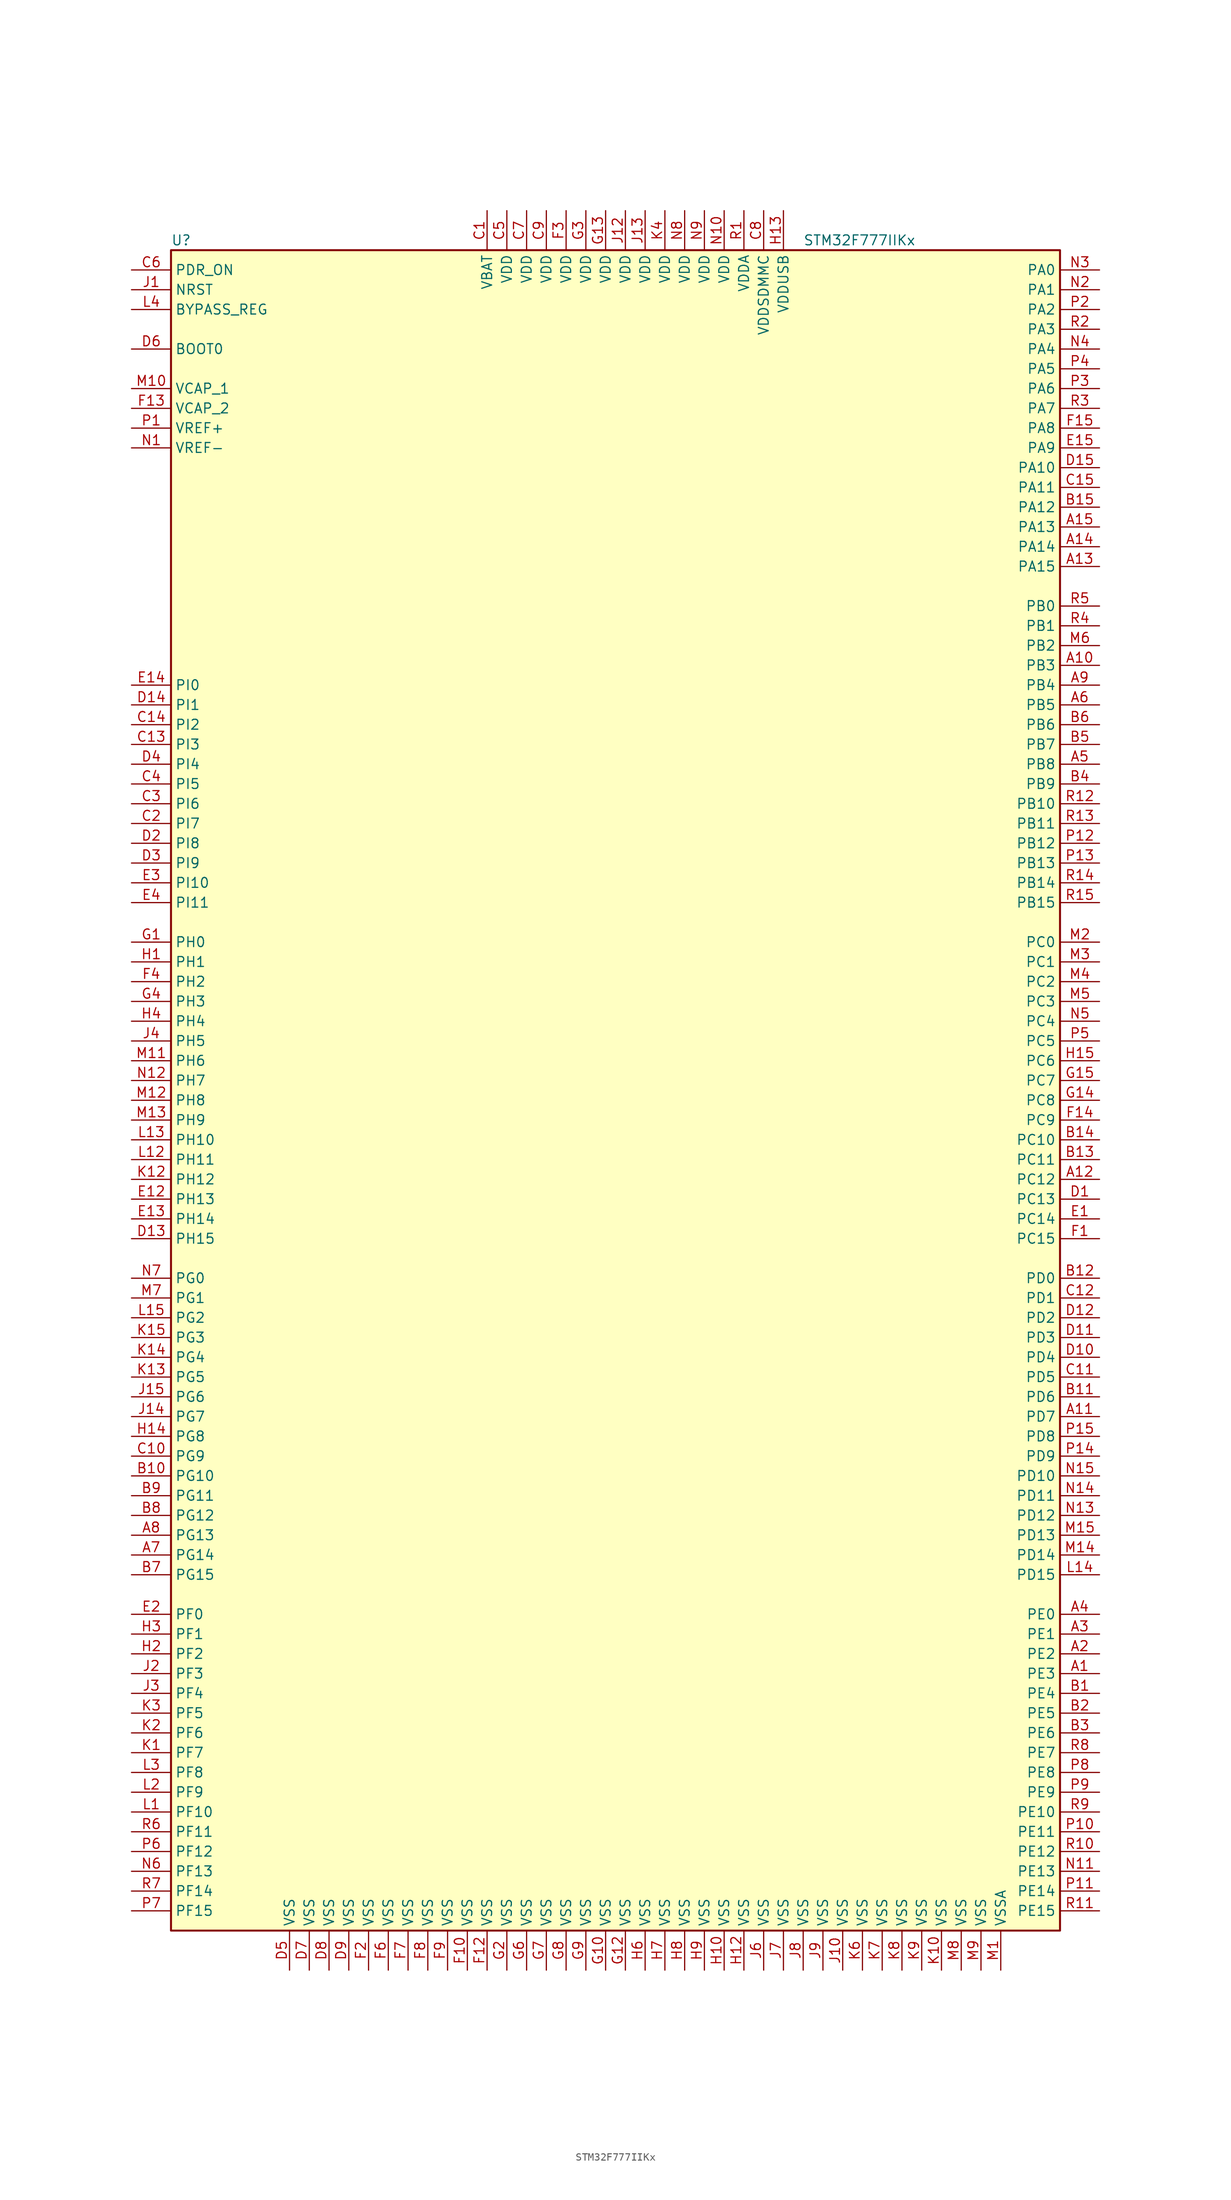
<source format=kicad_sym>
(kicad_symbol_lib
  (version 20220914)
  (generator kicad_symbol_editor)
  (symbol "STM32F777IIKx"
    (property "Reference" "U"
      (at -58.42 107.95 0)
      (effects (font (size 1.27 1.27)) (justify left)))
    (property "Value" "STM32F777IIKx"
      (at 22.86 107.95 0)
      (effects (font (size 1.27 1.27)) (justify left)))
    (symbol "STM32F777IIKx_0_1"
      (rectangle (start -58.42 -109.22) (end 55.88 106.68) (stroke (width 0.254) (type default)) (fill (type background))))
    (symbol "STM32F777IIKx_1_1"
      (pin bidirectional line (at 60.96 -76.2 180) (length 5.08) (name "PE3" (effects (font (size 1.27 1.27)))) (number "A1" (effects (font (size 1.27 1.27)))))
      (pin bidirectional line (at 60.96 53.34 180) (length 5.08) (name "PB3" (effects (font (size 1.27 1.27)))) (number "A10" (effects (font (size 1.27 1.27)))))
      (pin bidirectional line (at 60.96 -43.18 180) (length 5.08) (name "PD7" (effects (font (size 1.27 1.27)))) (number "A11" (effects (font (size 1.27 1.27)))))
      (pin bidirectional line (at 60.96 -12.7 180) (length 5.08) (name "PC12" (effects (font (size 1.27 1.27)))) (number "A12" (effects (font (size 1.27 1.27)))))
      (pin bidirectional line (at 60.96 66.04 180) (length 5.08) (name "PA15" (effects (font (size 1.27 1.27)))) (number "A13" (effects (font (size 1.27 1.27)))))
      (pin bidirectional line (at 60.96 68.58 180) (length 5.08) (name "PA14" (effects (font (size 1.27 1.27)))) (number "A14" (effects (font (size 1.27 1.27)))))
      (pin bidirectional line (at 60.96 71.12 180) (length 5.08) (name "PA13" (effects (font (size 1.27 1.27)))) (number "A15" (effects (font (size 1.27 1.27)))))
      (pin bidirectional line (at 60.96 -73.66 180) (length 5.08) (name "PE2" (effects (font (size 1.27 1.27)))) (number "A2" (effects (font (size 1.27 1.27)))))
      (pin bidirectional line (at 60.96 -71.12 180) (length 5.08) (name "PE1" (effects (font (size 1.27 1.27)))) (number "A3" (effects (font (size 1.27 1.27)))))
      (pin bidirectional line (at 60.96 -68.58 180) (length 5.08) (name "PE0" (effects (font (size 1.27 1.27)))) (number "A4" (effects (font (size 1.27 1.27)))))
      (pin bidirectional line (at 60.96 40.64 180) (length 5.08) (name "PB8" (effects (font (size 1.27 1.27)))) (number "A5" (effects (font (size 1.27 1.27)))))
      (pin bidirectional line (at 60.96 48.26 180) (length 5.08) (name "PB5" (effects (font (size 1.27 1.27)))) (number "A6" (effects (font (size 1.27 1.27)))))
      (pin bidirectional line (at -63.5 -60.96 0) (length 5.08) (name "PG14" (effects (font (size 1.27 1.27)))) (number "A7" (effects (font (size 1.27 1.27)))))
      (pin bidirectional line (at -63.5 -58.42 0) (length 5.08) (name "PG13" (effects (font (size 1.27 1.27)))) (number "A8" (effects (font (size 1.27 1.27)))))
      (pin bidirectional line (at 60.96 50.8 180) (length 5.08) (name "PB4" (effects (font (size 1.27 1.27)))) (number "A9" (effects (font (size 1.27 1.27)))))
      (pin bidirectional line (at 60.96 -78.74 180) (length 5.08) (name "PE4" (effects (font (size 1.27 1.27)))) (number "B1" (effects (font (size 1.27 1.27)))))
      (pin bidirectional line (at -63.5 -50.8 0) (length 5.08) (name "PG10" (effects (font (size 1.27 1.27)))) (number "B10" (effects (font (size 1.27 1.27)))))
      (pin bidirectional line (at 60.96 -40.64 180) (length 5.08) (name "PD6" (effects (font (size 1.27 1.27)))) (number "B11" (effects (font (size 1.27 1.27)))))
      (pin bidirectional line (at 60.96 -25.4 180) (length 5.08) (name "PD0" (effects (font (size 1.27 1.27)))) (number "B12" (effects (font (size 1.27 1.27)))))
      (pin bidirectional line (at 60.96 -10.16 180) (length 5.08) (name "PC11" (effects (font (size 1.27 1.27)))) (number "B13" (effects (font (size 1.27 1.27)))))
      (pin bidirectional line (at 60.96 -7.62 180) (length 5.08) (name "PC10" (effects (font (size 1.27 1.27)))) (number "B14" (effects (font (size 1.27 1.27)))))
      (pin bidirectional line (at 60.96 73.66 180) (length 5.08) (name "PA12" (effects (font (size 1.27 1.27)))) (number "B15" (effects (font (size 1.27 1.27)))))
      (pin bidirectional line (at 60.96 -81.28 180) (length 5.08) (name "PE5" (effects (font (size 1.27 1.27)))) (number "B2" (effects (font (size 1.27 1.27)))))
      (pin bidirectional line (at 60.96 -83.82 180) (length 5.08) (name "PE6" (effects (font (size 1.27 1.27)))) (number "B3" (effects (font (size 1.27 1.27)))))
      (pin bidirectional line (at 60.96 38.1 180) (length 5.08) (name "PB9" (effects (font (size 1.27 1.27)))) (number "B4" (effects (font (size 1.27 1.27)))))
      (pin bidirectional line (at 60.96 43.18 180) (length 5.08) (name "PB7" (effects (font (size 1.27 1.27)))) (number "B5" (effects (font (size 1.27 1.27)))))
      (pin bidirectional line (at 60.96 45.72 180) (length 5.08) (name "PB6" (effects (font (size 1.27 1.27)))) (number "B6" (effects (font (size 1.27 1.27)))))
      (pin bidirectional line (at -63.5 -63.5 0) (length 5.08) (name "PG15" (effects (font (size 1.27 1.27)))) (number "B7" (effects (font (size 1.27 1.27)))))
      (pin bidirectional line (at -63.5 -55.88 0) (length 5.08) (name "PG12" (effects (font (size 1.27 1.27)))) (number "B8" (effects (font (size 1.27 1.27)))))
      (pin bidirectional line (at -63.5 -53.34 0) (length 5.08) (name "PG11" (effects (font (size 1.27 1.27)))) (number "B9" (effects (font (size 1.27 1.27)))))
      (pin power_in line (at -17.78 111.76 270) (length 5.08) (name "VBAT" (effects (font (size 1.27 1.27)))) (number "C1" (effects (font (size 1.27 1.27)))))
      (pin bidirectional line (at -63.5 -48.26 0) (length 5.08) (name "PG9" (effects (font (size 1.27 1.27)))) (number "C10" (effects (font (size 1.27 1.27)))))
      (pin bidirectional line (at 60.96 -38.1 180) (length 5.08) (name "PD5" (effects (font (size 1.27 1.27)))) (number "C11" (effects (font (size 1.27 1.27)))))
      (pin bidirectional line (at 60.96 -27.94 180) (length 5.08) (name "PD1" (effects (font (size 1.27 1.27)))) (number "C12" (effects (font (size 1.27 1.27)))))
      (pin bidirectional line (at -63.5 43.18 0) (length 5.08) (name "PI3" (effects (font (size 1.27 1.27)))) (number "C13" (effects (font (size 1.27 1.27)))))
      (pin bidirectional line (at -63.5 45.72 0) (length 5.08) (name "PI2" (effects (font (size 1.27 1.27)))) (number "C14" (effects (font (size 1.27 1.27)))))
      (pin bidirectional line (at 60.96 76.2 180) (length 5.08) (name "PA11" (effects (font (size 1.27 1.27)))) (number "C15" (effects (font (size 1.27 1.27)))))
      (pin bidirectional line (at -63.5 33.02 0) (length 5.08) (name "PI7" (effects (font (size 1.27 1.27)))) (number "C2" (effects (font (size 1.27 1.27)))))
      (pin bidirectional line (at -63.5 35.56 0) (length 5.08) (name "PI6" (effects (font (size 1.27 1.27)))) (number "C3" (effects (font (size 1.27 1.27)))))
      (pin bidirectional line (at -63.5 38.1 0) (length 5.08) (name "PI5" (effects (font (size 1.27 1.27)))) (number "C4" (effects (font (size 1.27 1.27)))))
      (pin power_in line (at -15.24 111.76 270) (length 5.08) (name "VDD" (effects (font (size 1.27 1.27)))) (number "C5" (effects (font (size 1.27 1.27)))))
      (pin input line (at -63.5 104.14 0) (length 5.08) (name "PDR_ON" (effects (font (size 1.27 1.27)))) (number "C6" (effects (font (size 1.27 1.27)))))
      (pin power_in line (at -12.7 111.76 270) (length 5.08) (name "VDD" (effects (font (size 1.27 1.27)))) (number "C7" (effects (font (size 1.27 1.27)))))
      (pin power_in line (at 17.78 111.76 270) (length 5.08) (name "VDDSDMMC" (effects (font (size 1.27 1.27)))) (number "C8" (effects (font (size 1.27 1.27)))))
      (pin power_in line (at -10.16 111.76 270) (length 5.08) (name "VDD" (effects (font (size 1.27 1.27)))) (number "C9" (effects (font (size 1.27 1.27)))))
      (pin bidirectional line (at 60.96 -15.24 180) (length 5.08) (name "PC13" (effects (font (size 1.27 1.27)))) (number "D1" (effects (font (size 1.27 1.27)))))
      (pin bidirectional line (at 60.96 -35.56 180) (length 5.08) (name "PD4" (effects (font (size 1.27 1.27)))) (number "D10" (effects (font (size 1.27 1.27)))))
      (pin bidirectional line (at 60.96 -33.02 180) (length 5.08) (name "PD3" (effects (font (size 1.27 1.27)))) (number "D11" (effects (font (size 1.27 1.27)))))
      (pin bidirectional line (at 60.96 -30.48 180) (length 5.08) (name "PD2" (effects (font (size 1.27 1.27)))) (number "D12" (effects (font (size 1.27 1.27)))))
      (pin bidirectional line (at -63.5 -20.32 0) (length 5.08) (name "PH15" (effects (font (size 1.27 1.27)))) (number "D13" (effects (font (size 1.27 1.27)))))
      (pin bidirectional line (at -63.5 48.26 0) (length 5.08) (name "PI1" (effects (font (size 1.27 1.27)))) (number "D14" (effects (font (size 1.27 1.27)))))
      (pin bidirectional line (at 60.96 78.74 180) (length 5.08) (name "PA10" (effects (font (size 1.27 1.27)))) (number "D15" (effects (font (size 1.27 1.27)))))
      (pin bidirectional line (at -63.5 30.48 0) (length 5.08) (name "PI8" (effects (font (size 1.27 1.27)))) (number "D2" (effects (font (size 1.27 1.27)))))
      (pin bidirectional line (at -63.5 27.94 0) (length 5.08) (name "PI9" (effects (font (size 1.27 1.27)))) (number "D3" (effects (font (size 1.27 1.27)))))
      (pin bidirectional line (at -63.5 40.64 0) (length 5.08) (name "PI4" (effects (font (size 1.27 1.27)))) (number "D4" (effects (font (size 1.27 1.27)))))
      (pin power_in line (at -43.18 -114.3 90) (length 5.08) (name "VSS" (effects (font (size 1.27 1.27)))) (number "D5" (effects (font (size 1.27 1.27)))))
      (pin input line (at -63.5 93.98 0) (length 5.08) (name "BOOT0" (effects (font (size 1.27 1.27)))) (number "D6" (effects (font (size 1.27 1.27)))))
      (pin power_in line (at -40.64 -114.3 90) (length 5.08) (name "VSS" (effects (font (size 1.27 1.27)))) (number "D7" (effects (font (size 1.27 1.27)))))
      (pin power_in line (at -38.1 -114.3 90) (length 5.08) (name "VSS" (effects (font (size 1.27 1.27)))) (number "D8" (effects (font (size 1.27 1.27)))))
      (pin power_in line (at -35.56 -114.3 90) (length 5.08) (name "VSS" (effects (font (size 1.27 1.27)))) (number "D9" (effects (font (size 1.27 1.27)))))
      (pin bidirectional line (at 60.96 -17.78 180) (length 5.08) (name "PC14" (effects (font (size 1.27 1.27)))) (number "E1" (effects (font (size 1.27 1.27)))))
      (pin bidirectional line (at -63.5 -15.24 0) (length 5.08) (name "PH13" (effects (font (size 1.27 1.27)))) (number "E12" (effects (font (size 1.27 1.27)))))
      (pin bidirectional line (at -63.5 -17.78 0) (length 5.08) (name "PH14" (effects (font (size 1.27 1.27)))) (number "E13" (effects (font (size 1.27 1.27)))))
      (pin bidirectional line (at -63.5 50.8 0) (length 5.08) (name "PI0" (effects (font (size 1.27 1.27)))) (number "E14" (effects (font (size 1.27 1.27)))))
      (pin bidirectional line (at 60.96 81.28 180) (length 5.08) (name "PA9" (effects (font (size 1.27 1.27)))) (number "E15" (effects (font (size 1.27 1.27)))))
      (pin bidirectional line (at -63.5 -68.58 0) (length 5.08) (name "PF0" (effects (font (size 1.27 1.27)))) (number "E2" (effects (font (size 1.27 1.27)))))
      (pin bidirectional line (at -63.5 25.4 0) (length 5.08) (name "PI10" (effects (font (size 1.27 1.27)))) (number "E3" (effects (font (size 1.27 1.27)))))
      (pin bidirectional line (at -63.5 22.86 0) (length 5.08) (name "PI11" (effects (font (size 1.27 1.27)))) (number "E4" (effects (font (size 1.27 1.27)))))
      (pin bidirectional line (at 60.96 -20.32 180) (length 5.08) (name "PC15" (effects (font (size 1.27 1.27)))) (number "F1" (effects (font (size 1.27 1.27)))))
      (pin power_in line (at -20.32 -114.3 90) (length 5.08) (name "VSS" (effects (font (size 1.27 1.27)))) (number "F10" (effects (font (size 1.27 1.27)))))
      (pin power_in line (at -17.78 -114.3 90) (length 5.08) (name "VSS" (effects (font (size 1.27 1.27)))) (number "F12" (effects (font (size 1.27 1.27)))))
      (pin power_in line (at -63.5 86.36 0) (length 5.08) (name "VCAP_2" (effects (font (size 1.27 1.27)))) (number "F13" (effects (font (size 1.27 1.27)))))
      (pin bidirectional line (at 60.96 -5.08 180) (length 5.08) (name "PC9" (effects (font (size 1.27 1.27)))) (number "F14" (effects (font (size 1.27 1.27)))))
      (pin bidirectional line (at 60.96 83.82 180) (length 5.08) (name "PA8" (effects (font (size 1.27 1.27)))) (number "F15" (effects (font (size 1.27 1.27)))))
      (pin power_in line (at -33.02 -114.3 90) (length 5.08) (name "VSS" (effects (font (size 1.27 1.27)))) (number "F2" (effects (font (size 1.27 1.27)))))
      (pin power_in line (at -7.62 111.76 270) (length 5.08) (name "VDD" (effects (font (size 1.27 1.27)))) (number "F3" (effects (font (size 1.27 1.27)))))
      (pin bidirectional line (at -63.5 12.7 0) (length 5.08) (name "PH2" (effects (font (size 1.27 1.27)))) (number "F4" (effects (font (size 1.27 1.27)))))
      (pin power_in line (at -30.48 -114.3 90) (length 5.08) (name "VSS" (effects (font (size 1.27 1.27)))) (number "F6" (effects (font (size 1.27 1.27)))))
      (pin power_in line (at -27.94 -114.3 90) (length 5.08) (name "VSS" (effects (font (size 1.27 1.27)))) (number "F7" (effects (font (size 1.27 1.27)))))
      (pin power_in line (at -25.4 -114.3 90) (length 5.08) (name "VSS" (effects (font (size 1.27 1.27)))) (number "F8" (effects (font (size 1.27 1.27)))))
      (pin power_in line (at -22.86 -114.3 90) (length 5.08) (name "VSS" (effects (font (size 1.27 1.27)))) (number "F9" (effects (font (size 1.27 1.27)))))
      (pin input line (at -63.5 17.78 0) (length 5.08) (name "PH0" (effects (font (size 1.27 1.27)))) (number "G1" (effects (font (size 1.27 1.27)))))
      (pin power_in line (at -2.54 -114.3 90) (length 5.08) (name "VSS" (effects (font (size 1.27 1.27)))) (number "G10" (effects (font (size 1.27 1.27)))))
      (pin power_in line (at 0 -114.3 90) (length 5.08) (name "VSS" (effects (font (size 1.27 1.27)))) (number "G12" (effects (font (size 1.27 1.27)))))
      (pin power_in line (at -2.54 111.76 270) (length 5.08) (name "VDD" (effects (font (size 1.27 1.27)))) (number "G13" (effects (font (size 1.27 1.27)))))
      (pin bidirectional line (at 60.96 -2.54 180) (length 5.08) (name "PC8" (effects (font (size 1.27 1.27)))) (number "G14" (effects (font (size 1.27 1.27)))))
      (pin bidirectional line (at 60.96 0 180) (length 5.08) (name "PC7" (effects (font (size 1.27 1.27)))) (number "G15" (effects (font (size 1.27 1.27)))))
      (pin power_in line (at -15.24 -114.3 90) (length 5.08) (name "VSS" (effects (font (size 1.27 1.27)))) (number "G2" (effects (font (size 1.27 1.27)))))
      (pin power_in line (at -5.08 111.76 270) (length 5.08) (name "VDD" (effects (font (size 1.27 1.27)))) (number "G3" (effects (font (size 1.27 1.27)))))
      (pin bidirectional line (at -63.5 10.16 0) (length 5.08) (name "PH3" (effects (font (size 1.27 1.27)))) (number "G4" (effects (font (size 1.27 1.27)))))
      (pin power_in line (at -12.7 -114.3 90) (length 5.08) (name "VSS" (effects (font (size 1.27 1.27)))) (number "G6" (effects (font (size 1.27 1.27)))))
      (pin power_in line (at -10.16 -114.3 90) (length 5.08) (name "VSS" (effects (font (size 1.27 1.27)))) (number "G7" (effects (font (size 1.27 1.27)))))
      (pin power_in line (at -7.62 -114.3 90) (length 5.08) (name "VSS" (effects (font (size 1.27 1.27)))) (number "G8" (effects (font (size 1.27 1.27)))))
      (pin power_in line (at -5.08 -114.3 90) (length 5.08) (name "VSS" (effects (font (size 1.27 1.27)))) (number "G9" (effects (font (size 1.27 1.27)))))
      (pin input line (at -63.5 15.24 0) (length 5.08) (name "PH1" (effects (font (size 1.27 1.27)))) (number "H1" (effects (font (size 1.27 1.27)))))
      (pin power_in line (at 12.7 -114.3 90) (length 5.08) (name "VSS" (effects (font (size 1.27 1.27)))) (number "H10" (effects (font (size 1.27 1.27)))))
      (pin power_in line (at 15.24 -114.3 90) (length 5.08) (name "VSS" (effects (font (size 1.27 1.27)))) (number "H12" (effects (font (size 1.27 1.27)))))
      (pin power_in line (at 20.32 111.76 270) (length 5.08) (name "VDDUSB" (effects (font (size 1.27 1.27)))) (number "H13" (effects (font (size 1.27 1.27)))))
      (pin bidirectional line (at -63.5 -45.72 0) (length 5.08) (name "PG8" (effects (font (size 1.27 1.27)))) (number "H14" (effects (font (size 1.27 1.27)))))
      (pin bidirectional line (at 60.96 2.54 180) (length 5.08) (name "PC6" (effects (font (size 1.27 1.27)))) (number "H15" (effects (font (size 1.27 1.27)))))
      (pin bidirectional line (at -63.5 -73.66 0) (length 5.08) (name "PF2" (effects (font (size 1.27 1.27)))) (number "H2" (effects (font (size 1.27 1.27)))))
      (pin bidirectional line (at -63.5 -71.12 0) (length 5.08) (name "PF1" (effects (font (size 1.27 1.27)))) (number "H3" (effects (font (size 1.27 1.27)))))
      (pin bidirectional line (at -63.5 7.62 0) (length 5.08) (name "PH4" (effects (font (size 1.27 1.27)))) (number "H4" (effects (font (size 1.27 1.27)))))
      (pin power_in line (at 2.54 -114.3 90) (length 5.08) (name "VSS" (effects (font (size 1.27 1.27)))) (number "H6" (effects (font (size 1.27 1.27)))))
      (pin power_in line (at 5.08 -114.3 90) (length 5.08) (name "VSS" (effects (font (size 1.27 1.27)))) (number "H7" (effects (font (size 1.27 1.27)))))
      (pin power_in line (at 7.62 -114.3 90) (length 5.08) (name "VSS" (effects (font (size 1.27 1.27)))) (number "H8" (effects (font (size 1.27 1.27)))))
      (pin power_in line (at 10.16 -114.3 90) (length 5.08) (name "VSS" (effects (font (size 1.27 1.27)))) (number "H9" (effects (font (size 1.27 1.27)))))
      (pin input line (at -63.5 101.6 0) (length 5.08) (name "NRST" (effects (font (size 1.27 1.27)))) (number "J1" (effects (font (size 1.27 1.27)))))
      (pin power_in line (at 27.94 -114.3 90) (length 5.08) (name "VSS" (effects (font (size 1.27 1.27)))) (number "J10" (effects (font (size 1.27 1.27)))))
      (pin power_in line (at 0 111.76 270) (length 5.08) (name "VDD" (effects (font (size 1.27 1.27)))) (number "J12" (effects (font (size 1.27 1.27)))))
      (pin power_in line (at 2.54 111.76 270) (length 5.08) (name "VDD" (effects (font (size 1.27 1.27)))) (number "J13" (effects (font (size 1.27 1.27)))))
      (pin bidirectional line (at -63.5 -43.18 0) (length 5.08) (name "PG7" (effects (font (size 1.27 1.27)))) (number "J14" (effects (font (size 1.27 1.27)))))
      (pin bidirectional line (at -63.5 -40.64 0) (length 5.08) (name "PG6" (effects (font (size 1.27 1.27)))) (number "J15" (effects (font (size 1.27 1.27)))))
      (pin bidirectional line (at -63.5 -76.2 0) (length 5.08) (name "PF3" (effects (font (size 1.27 1.27)))) (number "J2" (effects (font (size 1.27 1.27)))))
      (pin bidirectional line (at -63.5 -78.74 0) (length 5.08) (name "PF4" (effects (font (size 1.27 1.27)))) (number "J3" (effects (font (size 1.27 1.27)))))
      (pin bidirectional line (at -63.5 5.08 0) (length 5.08) (name "PH5" (effects (font (size 1.27 1.27)))) (number "J4" (effects (font (size 1.27 1.27)))))
      (pin power_in line (at 17.78 -114.3 90) (length 5.08) (name "VSS" (effects (font (size 1.27 1.27)))) (number "J6" (effects (font (size 1.27 1.27)))))
      (pin power_in line (at 20.32 -114.3 90) (length 5.08) (name "VSS" (effects (font (size 1.27 1.27)))) (number "J7" (effects (font (size 1.27 1.27)))))
      (pin power_in line (at 22.86 -114.3 90) (length 5.08) (name "VSS" (effects (font (size 1.27 1.27)))) (number "J8" (effects (font (size 1.27 1.27)))))
      (pin power_in line (at 25.4 -114.3 90) (length 5.08) (name "VSS" (effects (font (size 1.27 1.27)))) (number "J9" (effects (font (size 1.27 1.27)))))
      (pin bidirectional line (at -63.5 -86.36 0) (length 5.08) (name "PF7" (effects (font (size 1.27 1.27)))) (number "K1" (effects (font (size 1.27 1.27)))))
      (pin power_in line (at 40.64 -114.3 90) (length 5.08) (name "VSS" (effects (font (size 1.27 1.27)))) (number "K10" (effects (font (size 1.27 1.27)))))
      (pin bidirectional line (at -63.5 -12.7 0) (length 5.08) (name "PH12" (effects (font (size 1.27 1.27)))) (number "K12" (effects (font (size 1.27 1.27)))))
      (pin bidirectional line (at -63.5 -38.1 0) (length 5.08) (name "PG5" (effects (font (size 1.27 1.27)))) (number "K13" (effects (font (size 1.27 1.27)))))
      (pin bidirectional line (at -63.5 -35.56 0) (length 5.08) (name "PG4" (effects (font (size 1.27 1.27)))) (number "K14" (effects (font (size 1.27 1.27)))))
      (pin bidirectional line (at -63.5 -33.02 0) (length 5.08) (name "PG3" (effects (font (size 1.27 1.27)))) (number "K15" (effects (font (size 1.27 1.27)))))
      (pin bidirectional line (at -63.5 -83.82 0) (length 5.08) (name "PF6" (effects (font (size 1.27 1.27)))) (number "K2" (effects (font (size 1.27 1.27)))))
      (pin bidirectional line (at -63.5 -81.28 0) (length 5.08) (name "PF5" (effects (font (size 1.27 1.27)))) (number "K3" (effects (font (size 1.27 1.27)))))
      (pin power_in line (at 5.08 111.76 270) (length 5.08) (name "VDD" (effects (font (size 1.27 1.27)))) (number "K4" (effects (font (size 1.27 1.27)))))
      (pin power_in line (at 30.48 -114.3 90) (length 5.08) (name "VSS" (effects (font (size 1.27 1.27)))) (number "K6" (effects (font (size 1.27 1.27)))))
      (pin power_in line (at 33.02 -114.3 90) (length 5.08) (name "VSS" (effects (font (size 1.27 1.27)))) (number "K7" (effects (font (size 1.27 1.27)))))
      (pin power_in line (at 35.56 -114.3 90) (length 5.08) (name "VSS" (effects (font (size 1.27 1.27)))) (number "K8" (effects (font (size 1.27 1.27)))))
      (pin power_in line (at 38.1 -114.3 90) (length 5.08) (name "VSS" (effects (font (size 1.27 1.27)))) (number "K9" (effects (font (size 1.27 1.27)))))
      (pin bidirectional line (at -63.5 -93.98 0) (length 5.08) (name "PF10" (effects (font (size 1.27 1.27)))) (number "L1" (effects (font (size 1.27 1.27)))))
      (pin bidirectional line (at -63.5 -10.16 0) (length 5.08) (name "PH11" (effects (font (size 1.27 1.27)))) (number "L12" (effects (font (size 1.27 1.27)))))
      (pin bidirectional line (at -63.5 -7.62 0) (length 5.08) (name "PH10" (effects (font (size 1.27 1.27)))) (number "L13" (effects (font (size 1.27 1.27)))))
      (pin bidirectional line (at 60.96 -63.5 180) (length 5.08) (name "PD15" (effects (font (size 1.27 1.27)))) (number "L14" (effects (font (size 1.27 1.27)))))
      (pin bidirectional line (at -63.5 -30.48 0) (length 5.08) (name "PG2" (effects (font (size 1.27 1.27)))) (number "L15" (effects (font (size 1.27 1.27)))))
      (pin bidirectional line (at -63.5 -91.44 0) (length 5.08) (name "PF9" (effects (font (size 1.27 1.27)))) (number "L2" (effects (font (size 1.27 1.27)))))
      (pin bidirectional line (at -63.5 -88.9 0) (length 5.08) (name "PF8" (effects (font (size 1.27 1.27)))) (number "L3" (effects (font (size 1.27 1.27)))))
      (pin input line (at -63.5 99.06 0) (length 5.08) (name "BYPASS_REG" (effects (font (size 1.27 1.27)))) (number "L4" (effects (font (size 1.27 1.27)))))
      (pin power_in line (at 48.26 -114.3 90) (length 5.08) (name "VSSA" (effects (font (size 1.27 1.27)))) (number "M1" (effects (font (size 1.27 1.27)))))
      (pin power_in line (at -63.5 88.9 0) (length 5.08) (name "VCAP_1" (effects (font (size 1.27 1.27)))) (number "M10" (effects (font (size 1.27 1.27)))))
      (pin bidirectional line (at -63.5 2.54 0) (length 5.08) (name "PH6" (effects (font (size 1.27 1.27)))) (number "M11" (effects (font (size 1.27 1.27)))))
      (pin bidirectional line (at -63.5 -2.54 0) (length 5.08) (name "PH8" (effects (font (size 1.27 1.27)))) (number "M12" (effects (font (size 1.27 1.27)))))
      (pin bidirectional line (at -63.5 -5.08 0) (length 5.08) (name "PH9" (effects (font (size 1.27 1.27)))) (number "M13" (effects (font (size 1.27 1.27)))))
      (pin bidirectional line (at 60.96 -60.96 180) (length 5.08) (name "PD14" (effects (font (size 1.27 1.27)))) (number "M14" (effects (font (size 1.27 1.27)))))
      (pin bidirectional line (at 60.96 -58.42 180) (length 5.08) (name "PD13" (effects (font (size 1.27 1.27)))) (number "M15" (effects (font (size 1.27 1.27)))))
      (pin bidirectional line (at 60.96 17.78 180) (length 5.08) (name "PC0" (effects (font (size 1.27 1.27)))) (number "M2" (effects (font (size 1.27 1.27)))))
      (pin bidirectional line (at 60.96 15.24 180) (length 5.08) (name "PC1" (effects (font (size 1.27 1.27)))) (number "M3" (effects (font (size 1.27 1.27)))))
      (pin bidirectional line (at 60.96 12.7 180) (length 5.08) (name "PC2" (effects (font (size 1.27 1.27)))) (number "M4" (effects (font (size 1.27 1.27)))))
      (pin bidirectional line (at 60.96 10.16 180) (length 5.08) (name "PC3" (effects (font (size 1.27 1.27)))) (number "M5" (effects (font (size 1.27 1.27)))))
      (pin bidirectional line (at 60.96 55.88 180) (length 5.08) (name "PB2" (effects (font (size 1.27 1.27)))) (number "M6" (effects (font (size 1.27 1.27)))))
      (pin bidirectional line (at -63.5 -27.94 0) (length 5.08) (name "PG1" (effects (font (size 1.27 1.27)))) (number "M7" (effects (font (size 1.27 1.27)))))
      (pin power_in line (at 43.18 -114.3 90) (length 5.08) (name "VSS" (effects (font (size 1.27 1.27)))) (number "M8" (effects (font (size 1.27 1.27)))))
      (pin power_in line (at 45.72 -114.3 90) (length 5.08) (name "VSS" (effects (font (size 1.27 1.27)))) (number "M9" (effects (font (size 1.27 1.27)))))
      (pin power_in line (at -63.5 81.28 0) (length 5.08) (name "VREF-" (effects (font (size 1.27 1.27)))) (number "N1" (effects (font (size 1.27 1.27)))))
      (pin power_in line (at 12.7 111.76 270) (length 5.08) (name "VDD" (effects (font (size 1.27 1.27)))) (number "N10" (effects (font (size 1.27 1.27)))))
      (pin bidirectional line (at 60.96 -101.6 180) (length 5.08) (name "PE13" (effects (font (size 1.27 1.27)))) (number "N11" (effects (font (size 1.27 1.27)))))
      (pin bidirectional line (at -63.5 0 0) (length 5.08) (name "PH7" (effects (font (size 1.27 1.27)))) (number "N12" (effects (font (size 1.27 1.27)))))
      (pin bidirectional line (at 60.96 -55.88 180) (length 5.08) (name "PD12" (effects (font (size 1.27 1.27)))) (number "N13" (effects (font (size 1.27 1.27)))))
      (pin bidirectional line (at 60.96 -53.34 180) (length 5.08) (name "PD11" (effects (font (size 1.27 1.27)))) (number "N14" (effects (font (size 1.27 1.27)))))
      (pin bidirectional line (at 60.96 -50.8 180) (length 5.08) (name "PD10" (effects (font (size 1.27 1.27)))) (number "N15" (effects (font (size 1.27 1.27)))))
      (pin bidirectional line (at 60.96 101.6 180) (length 5.08) (name "PA1" (effects (font (size 1.27 1.27)))) (number "N2" (effects (font (size 1.27 1.27)))))
      (pin bidirectional line (at 60.96 104.14 180) (length 5.08) (name "PA0" (effects (font (size 1.27 1.27)))) (number "N3" (effects (font (size 1.27 1.27)))))
      (pin bidirectional line (at 60.96 93.98 180) (length 5.08) (name "PA4" (effects (font (size 1.27 1.27)))) (number "N4" (effects (font (size 1.27 1.27)))))
      (pin bidirectional line (at 60.96 7.62 180) (length 5.08) (name "PC4" (effects (font (size 1.27 1.27)))) (number "N5" (effects (font (size 1.27 1.27)))))
      (pin bidirectional line (at -63.5 -101.6 0) (length 5.08) (name "PF13" (effects (font (size 1.27 1.27)))) (number "N6" (effects (font (size 1.27 1.27)))))
      (pin bidirectional line (at -63.5 -25.4 0) (length 5.08) (name "PG0" (effects (font (size 1.27 1.27)))) (number "N7" (effects (font (size 1.27 1.27)))))
      (pin power_in line (at 7.62 111.76 270) (length 5.08) (name "VDD" (effects (font (size 1.27 1.27)))) (number "N8" (effects (font (size 1.27 1.27)))))
      (pin power_in line (at 10.16 111.76 270) (length 5.08) (name "VDD" (effects (font (size 1.27 1.27)))) (number "N9" (effects (font (size 1.27 1.27)))))
      (pin power_in line (at -63.5 83.82 0) (length 5.08) (name "VREF+" (effects (font (size 1.27 1.27)))) (number "P1" (effects (font (size 1.27 1.27)))))
      (pin bidirectional line (at 60.96 -96.52 180) (length 5.08) (name "PE11" (effects (font (size 1.27 1.27)))) (number "P10" (effects (font (size 1.27 1.27)))))
      (pin bidirectional line (at 60.96 -104.14 180) (length 5.08) (name "PE14" (effects (font (size 1.27 1.27)))) (number "P11" (effects (font (size 1.27 1.27)))))
      (pin bidirectional line (at 60.96 30.48 180) (length 5.08) (name "PB12" (effects (font (size 1.27 1.27)))) (number "P12" (effects (font (size 1.27 1.27)))))
      (pin bidirectional line (at 60.96 27.94 180) (length 5.08) (name "PB13" (effects (font (size 1.27 1.27)))) (number "P13" (effects (font (size 1.27 1.27)))))
      (pin bidirectional line (at 60.96 -48.26 180) (length 5.08) (name "PD9" (effects (font (size 1.27 1.27)))) (number "P14" (effects (font (size 1.27 1.27)))))
      (pin bidirectional line (at 60.96 -45.72 180) (length 5.08) (name "PD8" (effects (font (size 1.27 1.27)))) (number "P15" (effects (font (size 1.27 1.27)))))
      (pin bidirectional line (at 60.96 99.06 180) (length 5.08) (name "PA2" (effects (font (size 1.27 1.27)))) (number "P2" (effects (font (size 1.27 1.27)))))
      (pin bidirectional line (at 60.96 88.9 180) (length 5.08) (name "PA6" (effects (font (size 1.27 1.27)))) (number "P3" (effects (font (size 1.27 1.27)))))
      (pin bidirectional line (at 60.96 91.44 180) (length 5.08) (name "PA5" (effects (font (size 1.27 1.27)))) (number "P4" (effects (font (size 1.27 1.27)))))
      (pin bidirectional line (at 60.96 5.08 180) (length 5.08) (name "PC5" (effects (font (size 1.27 1.27)))) (number "P5" (effects (font (size 1.27 1.27)))))
      (pin bidirectional line (at -63.5 -99.06 0) (length 5.08) (name "PF12" (effects (font (size 1.27 1.27)))) (number "P6" (effects (font (size 1.27 1.27)))))
      (pin bidirectional line (at -63.5 -106.68 0) (length 5.08) (name "PF15" (effects (font (size 1.27 1.27)))) (number "P7" (effects (font (size 1.27 1.27)))))
      (pin bidirectional line (at 60.96 -88.9 180) (length 5.08) (name "PE8" (effects (font (size 1.27 1.27)))) (number "P8" (effects (font (size 1.27 1.27)))))
      (pin bidirectional line (at 60.96 -91.44 180) (length 5.08) (name "PE9" (effects (font (size 1.27 1.27)))) (number "P9" (effects (font (size 1.27 1.27)))))
      (pin power_in line (at 15.24 111.76 270) (length 5.08) (name "VDDA" (effects (font (size 1.27 1.27)))) (number "R1" (effects (font (size 1.27 1.27)))))
      (pin bidirectional line (at 60.96 -99.06 180) (length 5.08) (name "PE12" (effects (font (size 1.27 1.27)))) (number "R10" (effects (font (size 1.27 1.27)))))
      (pin bidirectional line (at 60.96 -106.68 180) (length 5.08) (name "PE15" (effects (font (size 1.27 1.27)))) (number "R11" (effects (font (size 1.27 1.27)))))
      (pin bidirectional line (at 60.96 35.56 180) (length 5.08) (name "PB10" (effects (font (size 1.27 1.27)))) (number "R12" (effects (font (size 1.27 1.27)))))
      (pin bidirectional line (at 60.96 33.02 180) (length 5.08) (name "PB11" (effects (font (size 1.27 1.27)))) (number "R13" (effects (font (size 1.27 1.27)))))
      (pin bidirectional line (at 60.96 25.4 180) (length 5.08) (name "PB14" (effects (font (size 1.27 1.27)))) (number "R14" (effects (font (size 1.27 1.27)))))
      (pin bidirectional line (at 60.96 22.86 180) (length 5.08) (name "PB15" (effects (font (size 1.27 1.27)))) (number "R15" (effects (font (size 1.27 1.27)))))
      (pin bidirectional line (at 60.96 96.52 180) (length 5.08) (name "PA3" (effects (font (size 1.27 1.27)))) (number "R2" (effects (font (size 1.27 1.27)))))
      (pin bidirectional line (at 60.96 86.36 180) (length 5.08) (name "PA7" (effects (font (size 1.27 1.27)))) (number "R3" (effects (font (size 1.27 1.27)))))
      (pin bidirectional line (at 60.96 58.42 180) (length 5.08) (name "PB1" (effects (font (size 1.27 1.27)))) (number "R4" (effects (font (size 1.27 1.27)))))
      (pin bidirectional line (at 60.96 60.96 180) (length 5.08) (name "PB0" (effects (font (size 1.27 1.27)))) (number "R5" (effects (font (size 1.27 1.27)))))
      (pin bidirectional line (at -63.5 -96.52 0) (length 5.08) (name "PF11" (effects (font (size 1.27 1.27)))) (number "R6" (effects (font (size 1.27 1.27)))))
      (pin bidirectional line (at -63.5 -104.14 0) (length 5.08) (name "PF14" (effects (font (size 1.27 1.27)))) (number "R7" (effects (font (size 1.27 1.27)))))
      (pin bidirectional line (at 60.96 -86.36 180) (length 5.08) (name "PE7" (effects (font (size 1.27 1.27)))) (number "R8" (effects (font (size 1.27 1.27)))))
      (pin bidirectional line (at 60.96 -93.98 180) (length 5.08) (name "PE10" (effects (font (size 1.27 1.27)))) (number "R9" (effects (font (size 1.27 1.27))))))))
</source>
